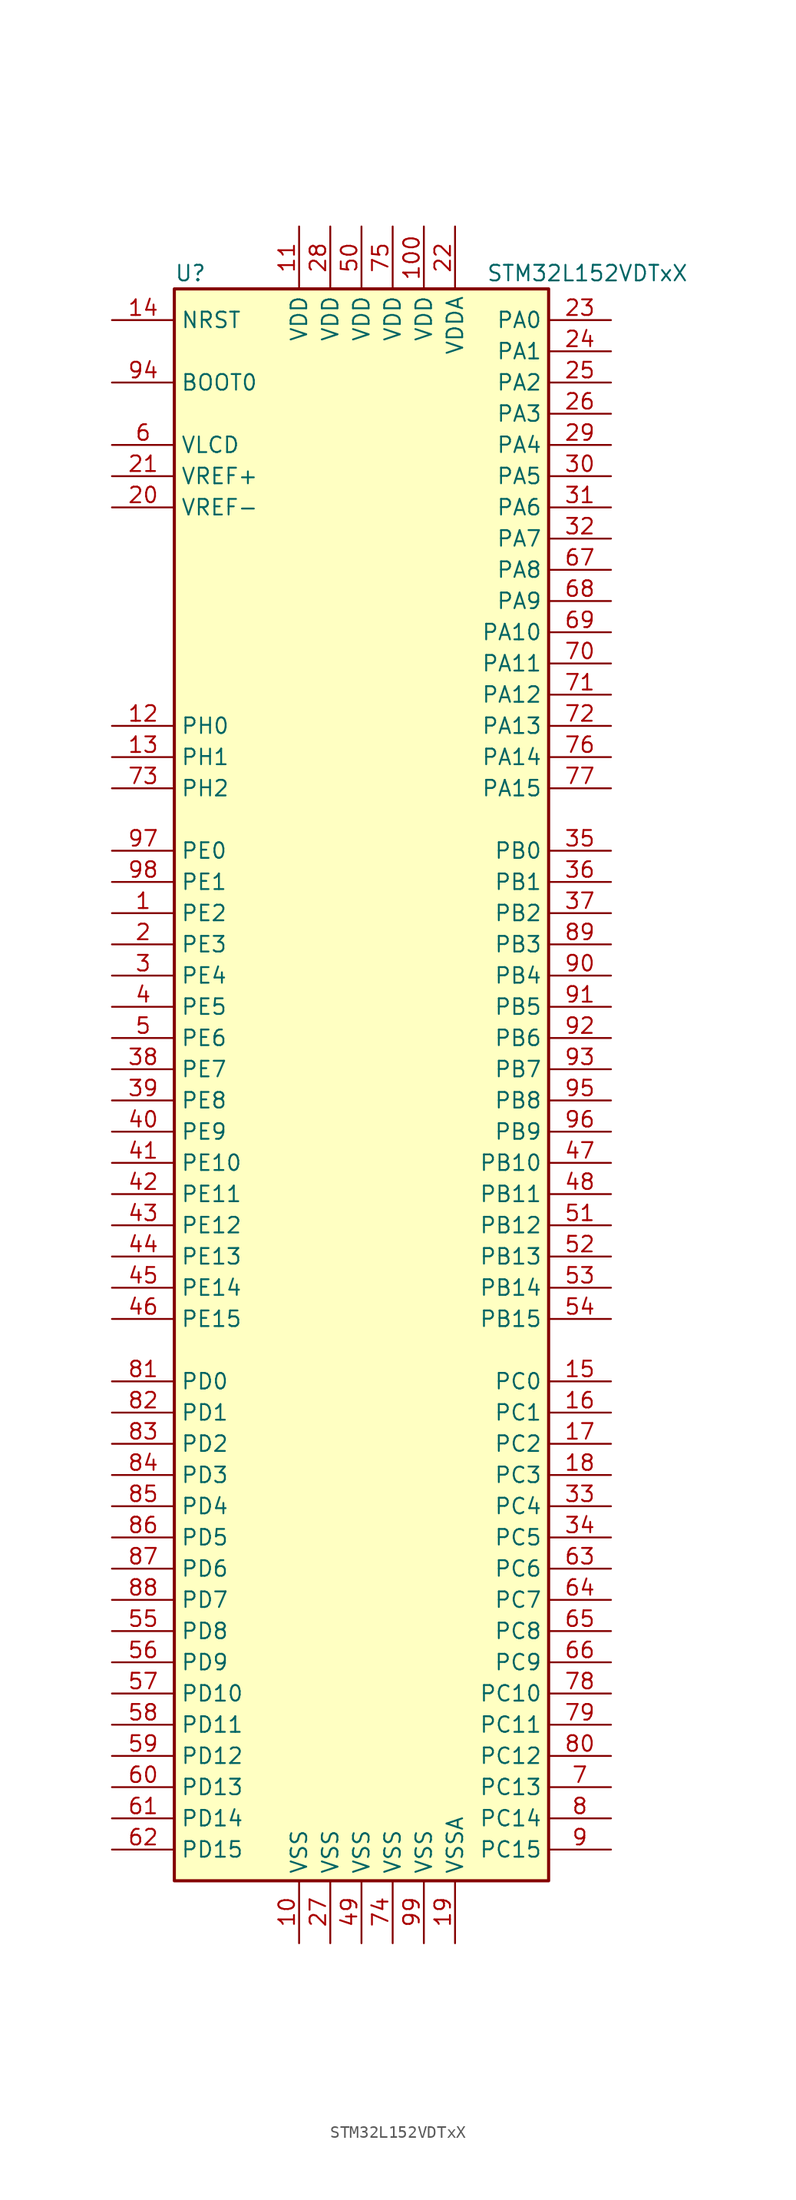
<source format=kicad_sym>
(kicad_symbol_lib
  (version 20201005)
  (generator kicad_symbol_editor)
  (symbol "STM32L152VDTxX"
    (property "Reference" "U"
      (at -15.24 64.77 0)
      (effects (font (size 1.27 1.27)) (justify left)))
    (property "Value" "STM32L152VDTxX"
      (at 10.16 64.77 0)
      (effects (font (size 1.27 1.27)) (justify left)))
    (symbol "STM32L152VDTxX_0_1"
      (rectangle (start -15.24 -66.04) (end 15.24 63.5) (stroke (width 0.254)) (fill (type background))))
    (symbol "STM32L152VDTxX_1_1"
      (pin input line (at -20.32 55.88 0) (length 5.08) (name "BOOT0" (effects (font (size 1.27 1.27)))) (number "94" (effects (font (size 1.27 1.27)))))
      (pin input line (at -20.32 60.96 0) (length 5.08) (name "NRST" (effects (font (size 1.27 1.27)))) (number "14" (effects (font (size 1.27 1.27)))))
      (pin bidirectional line (at 20.32 60.96 180) (length 5.08) (name "PA0" (effects (font (size 1.27 1.27)))) (number "23" (effects (font (size 1.27 1.27)))))
      (pin bidirectional line (at 20.32 58.42 180) (length 5.08) (name "PA1" (effects (font (size 1.27 1.27)))) (number "24" (effects (font (size 1.27 1.27)))))
      (pin bidirectional line (at 20.32 35.56 180) (length 5.08) (name "PA10" (effects (font (size 1.27 1.27)))) (number "69" (effects (font (size 1.27 1.27)))))
      (pin bidirectional line (at 20.32 33.02 180) (length 5.08) (name "PA11" (effects (font (size 1.27 1.27)))) (number "70" (effects (font (size 1.27 1.27)))))
      (pin bidirectional line (at 20.32 30.48 180) (length 5.08) (name "PA12" (effects (font (size 1.27 1.27)))) (number "71" (effects (font (size 1.27 1.27)))))
      (pin bidirectional line (at 20.32 27.94 180) (length 5.08) (name "PA13" (effects (font (size 1.27 1.27)))) (number "72" (effects (font (size 1.27 1.27)))))
      (pin bidirectional line (at 20.32 25.4 180) (length 5.08) (name "PA14" (effects (font (size 1.27 1.27)))) (number "76" (effects (font (size 1.27 1.27)))))
      (pin bidirectional line (at 20.32 22.86 180) (length 5.08) (name "PA15" (effects (font (size 1.27 1.27)))) (number "77" (effects (font (size 1.27 1.27)))))
      (pin bidirectional line (at 20.32 55.88 180) (length 5.08) (name "PA2" (effects (font (size 1.27 1.27)))) (number "25" (effects (font (size 1.27 1.27)))))
      (pin bidirectional line (at 20.32 53.34 180) (length 5.08) (name "PA3" (effects (font (size 1.27 1.27)))) (number "26" (effects (font (size 1.27 1.27)))))
      (pin bidirectional line (at 20.32 50.8 180) (length 5.08) (name "PA4" (effects (font (size 1.27 1.27)))) (number "29" (effects (font (size 1.27 1.27)))))
      (pin bidirectional line (at 20.32 48.26 180) (length 5.08) (name "PA5" (effects (font (size 1.27 1.27)))) (number "30" (effects (font (size 1.27 1.27)))))
      (pin bidirectional line (at 20.32 45.72 180) (length 5.08) (name "PA6" (effects (font (size 1.27 1.27)))) (number "31" (effects (font (size 1.27 1.27)))))
      (pin bidirectional line (at 20.32 43.18 180) (length 5.08) (name "PA7" (effects (font (size 1.27 1.27)))) (number "32" (effects (font (size 1.27 1.27)))))
      (pin bidirectional line (at 20.32 40.64 180) (length 5.08) (name "PA8" (effects (font (size 1.27 1.27)))) (number "67" (effects (font (size 1.27 1.27)))))
      (pin bidirectional line (at 20.32 38.1 180) (length 5.08) (name "PA9" (effects (font (size 1.27 1.27)))) (number "68" (effects (font (size 1.27 1.27)))))
      (pin bidirectional line (at 20.32 17.78 180) (length 5.08) (name "PB0" (effects (font (size 1.27 1.27)))) (number "35" (effects (font (size 1.27 1.27)))))
      (pin bidirectional line (at 20.32 15.24 180) (length 5.08) (name "PB1" (effects (font (size 1.27 1.27)))) (number "36" (effects (font (size 1.27 1.27)))))
      (pin bidirectional line (at 20.32 -7.62 180) (length 5.08) (name "PB10" (effects (font (size 1.27 1.27)))) (number "47" (effects (font (size 1.27 1.27)))))
      (pin bidirectional line (at 20.32 -10.16 180) (length 5.08) (name "PB11" (effects (font (size 1.27 1.27)))) (number "48" (effects (font (size 1.27 1.27)))))
      (pin bidirectional line (at 20.32 -12.7 180) (length 5.08) (name "PB12" (effects (font (size 1.27 1.27)))) (number "51" (effects (font (size 1.27 1.27)))))
      (pin bidirectional line (at 20.32 -15.24 180) (length 5.08) (name "PB13" (effects (font (size 1.27 1.27)))) (number "52" (effects (font (size 1.27 1.27)))))
      (pin bidirectional line (at 20.32 -17.78 180) (length 5.08) (name "PB14" (effects (font (size 1.27 1.27)))) (number "53" (effects (font (size 1.27 1.27)))))
      (pin bidirectional line (at 20.32 -20.32 180) (length 5.08) (name "PB15" (effects (font (size 1.27 1.27)))) (number "54" (effects (font (size 1.27 1.27)))))
      (pin bidirectional line (at 20.32 12.7 180) (length 5.08) (name "PB2" (effects (font (size 1.27 1.27)))) (number "37" (effects (font (size 1.27 1.27)))))
      (pin bidirectional line (at 20.32 10.16 180) (length 5.08) (name "PB3" (effects (font (size 1.27 1.27)))) (number "89" (effects (font (size 1.27 1.27)))))
      (pin bidirectional line (at 20.32 7.62 180) (length 5.08) (name "PB4" (effects (font (size 1.27 1.27)))) (number "90" (effects (font (size 1.27 1.27)))))
      (pin bidirectional line (at 20.32 5.08 180) (length 5.08) (name "PB5" (effects (font (size 1.27 1.27)))) (number "91" (effects (font (size 1.27 1.27)))))
      (pin bidirectional line (at 20.32 2.54 180) (length 5.08) (name "PB6" (effects (font (size 1.27 1.27)))) (number "92" (effects (font (size 1.27 1.27)))))
      (pin bidirectional line (at 20.32 0 180) (length 5.08) (name "PB7" (effects (font (size 1.27 1.27)))) (number "93" (effects (font (size 1.27 1.27)))))
      (pin bidirectional line (at 20.32 -2.54 180) (length 5.08) (name "PB8" (effects (font (size 1.27 1.27)))) (number "95" (effects (font (size 1.27 1.27)))))
      (pin bidirectional line (at 20.32 -5.08 180) (length 5.08) (name "PB9" (effects (font (size 1.27 1.27)))) (number "96" (effects (font (size 1.27 1.27)))))
      (pin bidirectional line (at 20.32 -25.4 180) (length 5.08) (name "PC0" (effects (font (size 1.27 1.27)))) (number "15" (effects (font (size 1.27 1.27)))))
      (pin bidirectional line (at 20.32 -27.94 180) (length 5.08) (name "PC1" (effects (font (size 1.27 1.27)))) (number "16" (effects (font (size 1.27 1.27)))))
      (pin bidirectional line (at 20.32 -50.8 180) (length 5.08) (name "PC10" (effects (font (size 1.27 1.27)))) (number "78" (effects (font (size 1.27 1.27)))))
      (pin bidirectional line (at 20.32 -53.34 180) (length 5.08) (name "PC11" (effects (font (size 1.27 1.27)))) (number "79" (effects (font (size 1.27 1.27)))))
      (pin bidirectional line (at 20.32 -55.88 180) (length 5.08) (name "PC12" (effects (font (size 1.27 1.27)))) (number "80" (effects (font (size 1.27 1.27)))))
      (pin bidirectional line (at 20.32 -58.42 180) (length 5.08) (name "PC13" (effects (font (size 1.27 1.27)))) (number "7" (effects (font (size 1.27 1.27)))))
      (pin bidirectional line (at 20.32 -60.96 180) (length 5.08) (name "PC14" (effects (font (size 1.27 1.27)))) (number "8" (effects (font (size 1.27 1.27)))))
      (pin bidirectional line (at 20.32 -63.5 180) (length 5.08) (name "PC15" (effects (font (size 1.27 1.27)))) (number "9" (effects (font (size 1.27 1.27)))))
      (pin bidirectional line (at 20.32 -30.48 180) (length 5.08) (name "PC2" (effects (font (size 1.27 1.27)))) (number "17" (effects (font (size 1.27 1.27)))))
      (pin bidirectional line (at 20.32 -33.02 180) (length 5.08) (name "PC3" (effects (font (size 1.27 1.27)))) (number "18" (effects (font (size 1.27 1.27)))))
      (pin bidirectional line (at 20.32 -35.56 180) (length 5.08) (name "PC4" (effects (font (size 1.27 1.27)))) (number "33" (effects (font (size 1.27 1.27)))))
      (pin bidirectional line (at 20.32 -38.1 180) (length 5.08) (name "PC5" (effects (font (size 1.27 1.27)))) (number "34" (effects (font (size 1.27 1.27)))))
      (pin bidirectional line (at 20.32 -40.64 180) (length 5.08) (name "PC6" (effects (font (size 1.27 1.27)))) (number "63" (effects (font (size 1.27 1.27)))))
      (pin bidirectional line (at 20.32 -43.18 180) (length 5.08) (name "PC7" (effects (font (size 1.27 1.27)))) (number "64" (effects (font (size 1.27 1.27)))))
      (pin bidirectional line (at 20.32 -45.72 180) (length 5.08) (name "PC8" (effects (font (size 1.27 1.27)))) (number "65" (effects (font (size 1.27 1.27)))))
      (pin bidirectional line (at 20.32 -48.26 180) (length 5.08) (name "PC9" (effects (font (size 1.27 1.27)))) (number "66" (effects (font (size 1.27 1.27)))))
      (pin bidirectional line (at -20.32 -25.4 0) (length 5.08) (name "PD0" (effects (font (size 1.27 1.27)))) (number "81" (effects (font (size 1.27 1.27)))))
      (pin bidirectional line (at -20.32 -27.94 0) (length 5.08) (name "PD1" (effects (font (size 1.27 1.27)))) (number "82" (effects (font (size 1.27 1.27)))))
      (pin bidirectional line (at -20.32 -50.8 0) (length 5.08) (name "PD10" (effects (font (size 1.27 1.27)))) (number "57" (effects (font (size 1.27 1.27)))))
      (pin bidirectional line (at -20.32 -53.34 0) (length 5.08) (name "PD11" (effects (font (size 1.27 1.27)))) (number "58" (effects (font (size 1.27 1.27)))))
      (pin bidirectional line (at -20.32 -55.88 0) (length 5.08) (name "PD12" (effects (font (size 1.27 1.27)))) (number "59" (effects (font (size 1.27 1.27)))))
      (pin bidirectional line (at -20.32 -58.42 0) (length 5.08) (name "PD13" (effects (font (size 1.27 1.27)))) (number "60" (effects (font (size 1.27 1.27)))))
      (pin bidirectional line (at -20.32 -60.96 0) (length 5.08) (name "PD14" (effects (font (size 1.27 1.27)))) (number "61" (effects (font (size 1.27 1.27)))))
      (pin bidirectional line (at -20.32 -63.5 0) (length 5.08) (name "PD15" (effects (font (size 1.27 1.27)))) (number "62" (effects (font (size 1.27 1.27)))))
      (pin bidirectional line (at -20.32 -30.48 0) (length 5.08) (name "PD2" (effects (font (size 1.27 1.27)))) (number "83" (effects (font (size 1.27 1.27)))))
      (pin bidirectional line (at -20.32 -33.02 0) (length 5.08) (name "PD3" (effects (font (size 1.27 1.27)))) (number "84" (effects (font (size 1.27 1.27)))))
      (pin bidirectional line (at -20.32 -35.56 0) (length 5.08) (name "PD4" (effects (font (size 1.27 1.27)))) (number "85" (effects (font (size 1.27 1.27)))))
      (pin bidirectional line (at -20.32 -38.1 0) (length 5.08) (name "PD5" (effects (font (size 1.27 1.27)))) (number "86" (effects (font (size 1.27 1.27)))))
      (pin bidirectional line (at -20.32 -40.64 0) (length 5.08) (name "PD6" (effects (font (size 1.27 1.27)))) (number "87" (effects (font (size 1.27 1.27)))))
      (pin bidirectional line (at -20.32 -43.18 0) (length 5.08) (name "PD7" (effects (font (size 1.27 1.27)))) (number "88" (effects (font (size 1.27 1.27)))))
      (pin bidirectional line (at -20.32 -45.72 0) (length 5.08) (name "PD8" (effects (font (size 1.27 1.27)))) (number "55" (effects (font (size 1.27 1.27)))))
      (pin bidirectional line (at -20.32 -48.26 0) (length 5.08) (name "PD9" (effects (font (size 1.27 1.27)))) (number "56" (effects (font (size 1.27 1.27)))))
      (pin bidirectional line (at -20.32 17.78 0) (length 5.08) (name "PE0" (effects (font (size 1.27 1.27)))) (number "97" (effects (font (size 1.27 1.27)))))
      (pin bidirectional line (at -20.32 15.24 0) (length 5.08) (name "PE1" (effects (font (size 1.27 1.27)))) (number "98" (effects (font (size 1.27 1.27)))))
      (pin bidirectional line (at -20.32 -7.62 0) (length 5.08) (name "PE10" (effects (font (size 1.27 1.27)))) (number "41" (effects (font (size 1.27 1.27)))))
      (pin bidirectional line (at -20.32 -10.16 0) (length 5.08) (name "PE11" (effects (font (size 1.27 1.27)))) (number "42" (effects (font (size 1.27 1.27)))))
      (pin bidirectional line (at -20.32 -12.7 0) (length 5.08) (name "PE12" (effects (font (size 1.27 1.27)))) (number "43" (effects (font (size 1.27 1.27)))))
      (pin bidirectional line (at -20.32 -15.24 0) (length 5.08) (name "PE13" (effects (font (size 1.27 1.27)))) (number "44" (effects (font (size 1.27 1.27)))))
      (pin bidirectional line (at -20.32 -17.78 0) (length 5.08) (name "PE14" (effects (font (size 1.27 1.27)))) (number "45" (effects (font (size 1.27 1.27)))))
      (pin bidirectional line (at -20.32 -20.32 0) (length 5.08) (name "PE15" (effects (font (size 1.27 1.27)))) (number "46" (effects (font (size 1.27 1.27)))))
      (pin bidirectional line (at -20.32 12.7 0) (length 5.08) (name "PE2" (effects (font (size 1.27 1.27)))) (number "1" (effects (font (size 1.27 1.27)))))
      (pin bidirectional line (at -20.32 10.16 0) (length 5.08) (name "PE3" (effects (font (size 1.27 1.27)))) (number "2" (effects (font (size 1.27 1.27)))))
      (pin bidirectional line (at -20.32 7.62 0) (length 5.08) (name "PE4" (effects (font (size 1.27 1.27)))) (number "3" (effects (font (size 1.27 1.27)))))
      (pin bidirectional line (at -20.32 5.08 0) (length 5.08) (name "PE5" (effects (font (size 1.27 1.27)))) (number "4" (effects (font (size 1.27 1.27)))))
      (pin bidirectional line (at -20.32 2.54 0) (length 5.08) (name "PE6" (effects (font (size 1.27 1.27)))) (number "5" (effects (font (size 1.27 1.27)))))
      (pin bidirectional line (at -20.32 0 0) (length 5.08) (name "PE7" (effects (font (size 1.27 1.27)))) (number "38" (effects (font (size 1.27 1.27)))))
      (pin bidirectional line (at -20.32 -2.54 0) (length 5.08) (name "PE8" (effects (font (size 1.27 1.27)))) (number "39" (effects (font (size 1.27 1.27)))))
      (pin bidirectional line (at -20.32 -5.08 0) (length 5.08) (name "PE9" (effects (font (size 1.27 1.27)))) (number "40" (effects (font (size 1.27 1.27)))))
      (pin input line (at -20.32 27.94 0) (length 5.08) (name "PH0" (effects (font (size 1.27 1.27)))) (number "12" (effects (font (size 1.27 1.27)))))
      (pin input line (at -20.32 25.4 0) (length 5.08) (name "PH1" (effects (font (size 1.27 1.27)))) (number "13" (effects (font (size 1.27 1.27)))))
      (pin bidirectional line (at -20.32 22.86 0) (length 5.08) (name "PH2" (effects (font (size 1.27 1.27)))) (number "73" (effects (font (size 1.27 1.27)))))
      (pin power_in line (at 5.08 68.58 270) (length 5.08) (name "VDD" (effects (font (size 1.27 1.27)))) (number "100" (effects (font (size 1.27 1.27)))))
      (pin power_in line (at -5.08 68.58 270) (length 5.08) (name "VDD" (effects (font (size 1.27 1.27)))) (number "11" (effects (font (size 1.27 1.27)))))
      (pin power_in line (at -2.54 68.58 270) (length 5.08) (name "VDD" (effects (font (size 1.27 1.27)))) (number "28" (effects (font (size 1.27 1.27)))))
      (pin power_in line (at 0 68.58 270) (length 5.08) (name "VDD" (effects (font (size 1.27 1.27)))) (number "50" (effects (font (size 1.27 1.27)))))
      (pin power_in line (at 2.54 68.58 270) (length 5.08) (name "VDD" (effects (font (size 1.27 1.27)))) (number "75" (effects (font (size 1.27 1.27)))))
      (pin power_in line (at 7.62 68.58 270) (length 5.08) (name "VDDA" (effects (font (size 1.27 1.27)))) (number "22" (effects (font (size 1.27 1.27)))))
      (pin power_in line (at -20.32 50.8 0) (length 5.08) (name "VLCD" (effects (font (size 1.27 1.27)))) (number "6" (effects (font (size 1.27 1.27)))))
      (pin power_in line (at -20.32 48.26 0) (length 5.08) (name "VREF+" (effects (font (size 1.27 1.27)))) (number "21" (effects (font (size 1.27 1.27)))))
      (pin power_in line (at -20.32 45.72 0) (length 5.08) (name "VREF-" (effects (font (size 1.27 1.27)))) (number "20" (effects (font (size 1.27 1.27)))))
      (pin power_in line (at -5.08 -71.12 90) (length 5.08) (name "VSS" (effects (font (size 1.27 1.27)))) (number "10" (effects (font (size 1.27 1.27)))))
      (pin power_in line (at -2.54 -71.12 90) (length 5.08) (name "VSS" (effects (font (size 1.27 1.27)))) (number "27" (effects (font (size 1.27 1.27)))))
      (pin power_in line (at 0 -71.12 90) (length 5.08) (name "VSS" (effects (font (size 1.27 1.27)))) (number "49" (effects (font (size 1.27 1.27)))))
      (pin power_in line (at 2.54 -71.12 90) (length 5.08) (name "VSS" (effects (font (size 1.27 1.27)))) (number "74" (effects (font (size 1.27 1.27)))))
      (pin power_in line (at 5.08 -71.12 90) (length 5.08) (name "VSS" (effects (font (size 1.27 1.27)))) (number "99" (effects (font (size 1.27 1.27)))))
      (pin power_in line (at 7.62 -71.12 90) (length 5.08) (name "VSSA" (effects (font (size 1.27 1.27)))) (number "19" (effects (font (size 1.27 1.27))))))))
</source>
